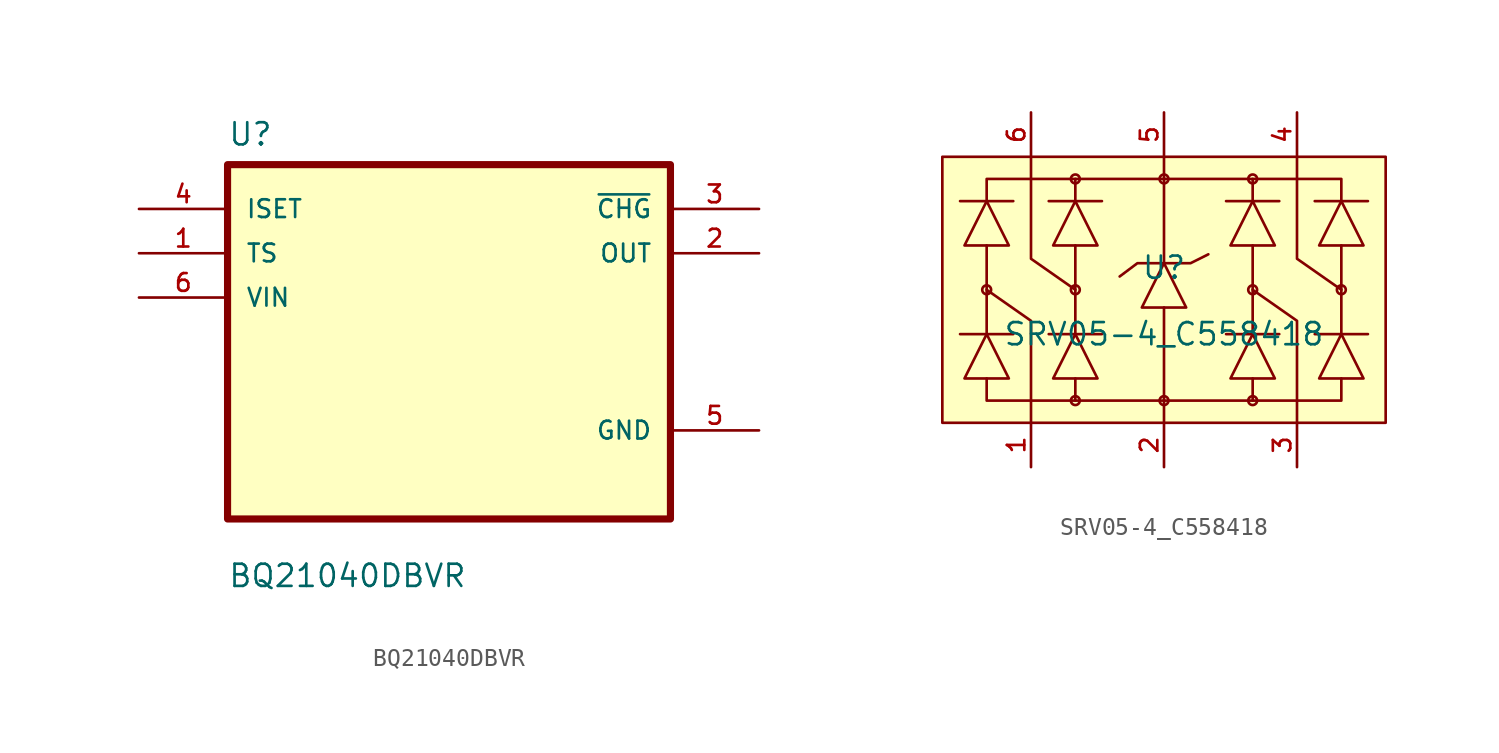
<source format=kicad_sym>
(kicad_symbol_lib
  (version 20231120)
  (generator "kicad_symbol_editor")
  (generator_version "8.0")
  (symbol "BQ21040DBVR"
    (pin_names
      (offset 1.016))
    (property "Reference" "U"
      (at -12.7 11.16 0)
      (effects (font (size 1.27 1.27)) (justify left bottom)))
    (property "Value" "BQ21040DBVR"
      (at -12.7 -14.16 0)
      (effects (font (size 1.27 1.27)) (justify left bottom)))
    (symbol "BQ21040DBVR_0_0"
      (rectangle (start -12.7 -10.16) (end 12.7 10.16) (stroke (width 0.41) (type default)) (fill (type background)))
      (pin input line (at -17.78 5.08 0) (length 5.08) (name "TS" (effects (font (size 1.016 1.016)))) (number "1" (effects (font (size 1.016 1.016)))))
      (pin output line (at 17.78 7.62 180) (length 5.08) (name "~{CHG}" (effects (font (size 1.016 1.016)))) (number "3" (effects (font (size 1.016 1.016)))))
      (pin input line (at -17.78 7.62 0) (length 5.08) (name "ISET" (effects (font (size 1.016 1.016)))) (number "4" (effects (font (size 1.016 1.016)))))
      (pin power_in line (at 17.78 -5.08 180) (length 5.08) (name "GND" (effects (font (size 1.016 1.016)))) (number "5" (effects (font (size 1.016 1.016)))))
      (pin input line (at -17.78 2.54 0) (length 5.08) (name "VIN" (effects (font (size 1.016 1.016)))) (number "6" (effects (font (size 1.016 1.016))))))
    (symbol "BQ21040DBVR_1_0"
      (pin power_out line (at 17.78 5.08 180) (length 5.08) (name "OUT" (effects (font (size 1.016 1.016)))) (number "2" (effects (font (size 1.016 1.016)))))))
  (symbol "SRV05-4_C558418"
    (pin_names hide)
    (property "Reference" "U"
      (at 0 1.27 0)
      (effects (font (size 1.27 1.27))))
    (property "Value" "SRV05-4_C558418"
      (at 0 -2.54 0)
      (effects (font (size 1.27 1.27))))
    (symbol "SRV05-4_C558418_0_1"
      (rectangle (start -12.7 7.62) (end 12.7 -7.62) (stroke (width 0) (type default)) (fill (type background)))
      (circle (center -10.16 0) (radius 0.254) (stroke (width 0) (type default)) (fill (type background)))
      (circle (center -5.08 -6.35) (radius 0.254) (stroke (width 0) (type default)) (fill (type background)))
      (circle (center -5.08 0) (radius 0.254) (stroke (width 0) (type default)) (fill (type background)))
      (circle (center -5.08 6.35) (radius 0.254) (stroke (width 0) (type default)) (fill (type background)))
      (circle (center 0 -6.35) (radius 0.254) (stroke (width 0) (type default)) (fill (type background)))
      (polyline (pts (xy -11.684 -2.54) (xy -8.636 -2.54)) (stroke (width 0) (type default)) (fill (type none)))
      (polyline (pts (xy -11.684 5.08) (xy -8.636 5.08)) (stroke (width 0) (type default)) (fill (type none)))
      (polyline (pts (xy -10.16 2.54) (xy -10.16 -2.54)) (stroke (width 0) (type default)) (fill (type none)))
      (polyline (pts (xy -6.604 -2.54) (xy -3.556 -2.54)) (stroke (width 0) (type default)) (fill (type none)))
      (polyline (pts (xy -6.604 5.08) (xy -3.556 5.08)) (stroke (width 0) (type default)) (fill (type none)))
      (polyline (pts (xy -5.08 -5.08) (xy -5.08 -6.35)) (stroke (width 0) (type default)) (fill (type none)))
      (polyline (pts (xy -5.08 2.54) (xy -5.08 -2.54)) (stroke (width 0) (type default)) (fill (type none)))
      (polyline (pts (xy -5.08 5.08) (xy -5.08 6.35)) (stroke (width 0) (type default)) (fill (type none)))
      (polyline (pts (xy 0 -6.35) (xy 0 -7.62)) (stroke (width 0) (type default)) (fill (type none)))
      (polyline (pts (xy 0 -1.016) (xy 0 -6.35)) (stroke (width 0) (type default)) (fill (type none)))
      (polyline (pts (xy 0 1.524) (xy 0 6.35)) (stroke (width 0) (type default)) (fill (type none)))
      (polyline (pts (xy 0 7.62) (xy 0 6.35)) (stroke (width 0) (type default)) (fill (type none)))
      (polyline (pts (xy 3.556 -2.54) (xy 6.604 -2.54)) (stroke (width 0) (type default)) (fill (type none)))
      (polyline (pts (xy 3.556 5.08) (xy 6.604 5.08)) (stroke (width 0) (type default)) (fill (type none)))
      (polyline (pts (xy 5.08 -5.08) (xy 5.08 -6.35)) (stroke (width 0) (type default)) (fill (type none)))
      (polyline (pts (xy 5.08 2.54) (xy 5.08 -2.54)) (stroke (width 0) (type default)) (fill (type none)))
      (polyline (pts (xy 5.08 5.08) (xy 5.08 6.35)) (stroke (width 0) (type default)) (fill (type none)))
      (polyline (pts (xy 8.636 -2.54) (xy 11.684 -2.54)) (stroke (width 0) (type default)) (fill (type none)))
      (polyline (pts (xy 8.636 5.08) (xy 11.684 5.08)) (stroke (width 0) (type default)) (fill (type none)))
      (polyline (pts (xy 10.16 2.54) (xy 10.16 -2.54)) (stroke (width 0) (type default)) (fill (type none)))
      (polyline (pts (xy -10.16 0) (xy -7.62 -1.778) (xy -7.62 -7.62)) (stroke (width 0) (type default)) (fill (type none)))
      (polyline (pts (xy -5.08 0) (xy -7.62 1.778) (xy -7.62 7.62)) (stroke (width 0) (type default)) (fill (type none)))
      (polyline (pts (xy 5.08 0) (xy 7.62 -1.778) (xy 7.62 -7.62)) (stroke (width 0) (type default)) (fill (type none)))
      (polyline (pts (xy 10.16 0) (xy 7.62 1.778) (xy 7.62 7.62)) (stroke (width 0) (type default)) (fill (type none)))
      (polyline (pts (xy -11.43 -5.08) (xy -10.16 -2.54) (xy -8.89 -5.08) (xy -11.43 -5.08)) (stroke (width 0) (type default)) (fill (type background)))
      (polyline (pts (xy -11.43 2.54) (xy -10.16 5.08) (xy -8.89 2.54) (xy -11.43 2.54)) (stroke (width 0) (type default)) (fill (type background)))
      (polyline (pts (xy -10.16 5.08) (xy -10.16 6.35) (xy 10.16 6.35) (xy 10.16 5.08)) (stroke (width 0) (type default)) (fill (type none)))
      (polyline (pts (xy -6.35 -5.08) (xy -5.08 -2.54) (xy -3.81 -5.08) (xy -6.35 -5.08)) (stroke (width 0) (type default)) (fill (type background)))
      (polyline (pts (xy -6.35 2.54) (xy -5.08 5.08) (xy -3.81 2.54) (xy -6.35 2.54)) (stroke (width 0) (type default)) (fill (type background)))
      (polyline (pts (xy -2.54 0.762) (xy -1.524 1.524) (xy 1.524 1.524) (xy 2.54 2.032)) (stroke (width 0) (type default)) (fill (type none)))
      (polyline (pts (xy -1.27 -1.016) (xy 0 1.524) (xy 1.27 -1.016) (xy -1.27 -1.016)) (stroke (width 0) (type default)) (fill (type background)))
      (polyline (pts (xy 3.81 -5.08) (xy 5.08 -2.54) (xy 6.35 -5.08) (xy 3.81 -5.08)) (stroke (width 0) (type default)) (fill (type background)))
      (polyline (pts (xy 3.81 2.54) (xy 5.08 5.08) (xy 6.35 2.54) (xy 3.81 2.54)) (stroke (width 0) (type default)) (fill (type background)))
      (polyline (pts (xy 8.89 -5.08) (xy 10.16 -2.54) (xy 11.43 -5.08) (xy 8.89 -5.08)) (stroke (width 0) (type default)) (fill (type background)))
      (polyline (pts (xy 8.89 2.54) (xy 10.16 5.08) (xy 11.43 2.54) (xy 8.89 2.54)) (stroke (width 0) (type default)) (fill (type background)))
      (polyline (pts (xy 10.16 -5.08) (xy 10.16 -6.35) (xy -10.16 -6.35) (xy -10.16 -5.08)) (stroke (width 0) (type default)) (fill (type none)))
      (circle (center 0 6.35) (radius 0.254) (stroke (width 0) (type default)) (fill (type background)))
      (circle (center 5.08 -6.35) (radius 0.254) (stroke (width 0) (type default)) (fill (type background)))
      (circle (center 5.08 0) (radius 0.254) (stroke (width 0) (type default)) (fill (type background)))
      (circle (center 5.08 6.35) (radius 0.254) (stroke (width 0) (type default)) (fill (type background)))
      (circle (center 10.16 0) (radius 0.254) (stroke (width 0) (type default)) (fill (type background))))
    (symbol "SRV05-4_C558418_1_1"
      (pin input line (at -7.62 -10.16 90) (length 2.54) (name "1" (effects (font (size 1 1)))) (number "1" (effects (font (size 1 1)))))
      (pin power_in line (at 0 -10.16 90) (length 2.54) (name "2" (effects (font (size 1 1)))) (number "2" (effects (font (size 1 1)))))
      (pin input line (at 7.62 -10.16 90) (length 2.54) (name "3" (effects (font (size 1 1)))) (number "3" (effects (font (size 1 1)))))
      (pin input line (at 7.62 10.16 270) (length 2.54) (name "4" (effects (font (size 1 1)))) (number "4" (effects (font (size 1 1)))))
      (pin power_in line (at 0 10.16 270) (length 2.54) (name "5" (effects (font (size 1 1)))) (number "5" (effects (font (size 1 1)))))
      (pin input line (at -7.62 10.16 270) (length 2.54) (name "6" (effects (font (size 1 1)))) (number "6" (effects (font (size 1 1))))))))
</source>
